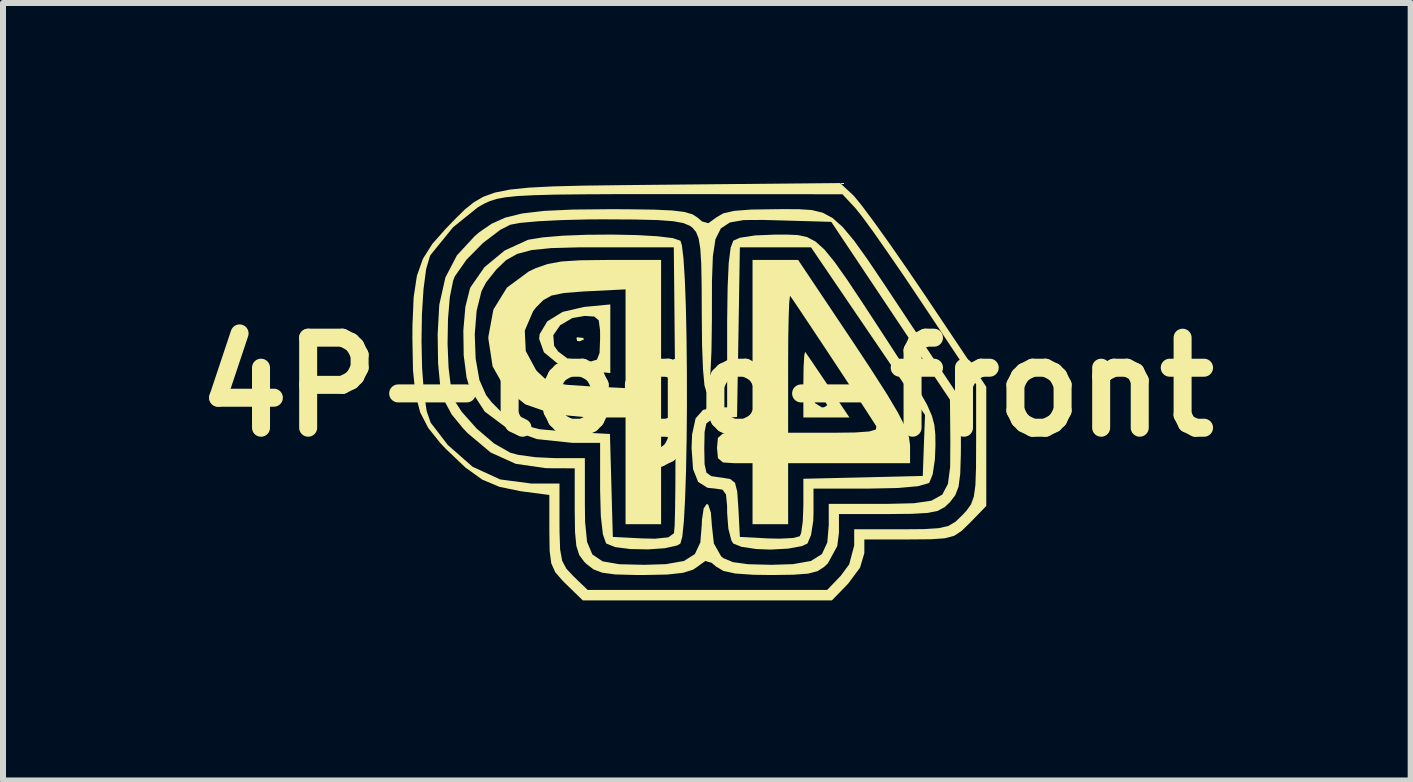
<source format=kicad_pcb>
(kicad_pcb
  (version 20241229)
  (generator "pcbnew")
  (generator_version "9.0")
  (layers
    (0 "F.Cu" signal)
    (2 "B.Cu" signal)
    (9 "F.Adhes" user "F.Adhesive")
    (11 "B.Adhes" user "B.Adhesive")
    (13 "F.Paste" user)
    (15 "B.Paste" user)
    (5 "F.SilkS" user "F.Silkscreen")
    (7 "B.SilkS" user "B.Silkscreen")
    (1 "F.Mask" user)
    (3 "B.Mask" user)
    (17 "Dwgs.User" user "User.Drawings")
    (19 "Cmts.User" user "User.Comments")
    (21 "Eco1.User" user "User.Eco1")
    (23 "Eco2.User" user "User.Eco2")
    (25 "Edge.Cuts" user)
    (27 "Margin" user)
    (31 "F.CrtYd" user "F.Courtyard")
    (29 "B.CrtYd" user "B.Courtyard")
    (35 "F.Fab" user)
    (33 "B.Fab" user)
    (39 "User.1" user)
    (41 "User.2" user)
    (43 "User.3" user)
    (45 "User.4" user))
  (footprint "4P-logo-front"
    (layer "F.Cu")
    (at 8.716 3.399)
    (property "Reference" "4P-logo-front" (at 0.012 0 0) (layer "F.SilkS") (effects (font (size 1.5 1.5) (thickness 0.3))))
    (attr board_only exclude_from_pos_files exclude_from_bom)
    (fp_poly (pts (xy -2.161 -0.818) (xy -2.149 -0.768) (xy -2.104 -0.762) (xy -2.035 -0.793) (xy -2.048 -0.818) (xy -2.148 -0.829)) (stroke (width 0) (type solid)) (fill yes) (layer "F.SilkS"))
    (fp_poly (pts (xy 1.636 -0.527) (xy 1.625 -0.339) (xy 1.621 -0.063) (xy 1.621 -0.056) (xy 1.621 0.508) (xy 2.005 0.508) (xy 2.389 0.508) (xy 2.252 0.304) (xy 2.02 0.304) (xy 1.965 0.338) (xy 1.928 0.339) (xy 1.814 0.268) (xy 1.79 0.155) (xy 1.799 0.025) (xy 1.814 0.007) (xy 1.879 0.095) (xy 1.952 0.191) (xy 2.02 0.304) (xy 2.252 0.304) (xy 2.035 -0.021) (xy 1.86 -0.28) (xy 1.725 -0.479) (xy 1.654 -0.581) (xy 1.65 -0.586)) (stroke (width 0) (type solid)) (fill yes) (layer "F.SilkS"))
    (fp_poly (pts (xy -2.035 -1.334) (xy -2.39 -1.252) (xy -2.646 -1.094) (xy -2.773 -0.882) (xy -2.782 -0.804) (xy -2.703 -0.579) (xy -2.486 -0.401) (xy -2.161 -0.292) (xy -2.035 -0.275) (xy -1.596 -0.232) (xy -1.596 -0.804) (xy -1.766 -0.804) (xy -1.775 -0.569) (xy -1.818 -0.457) (xy -1.92 -0.425) (xy -1.97 -0.423) (xy -2.191 -0.445) (xy -2.311 -0.476) (xy -2.464 -0.591) (xy -2.532 -0.685) (xy -2.546 -0.863) (xy -2.431 -1.03) (xy -2.227 -1.15) (xy -2.02 -1.185) (xy -1.863 -1.174) (xy -1.789 -1.111) (xy -1.767 -0.948) (xy -1.766 -0.804) (xy -1.596 -0.804) (xy -1.596 -1.376)) (stroke (width 0) (type solid)) (fill yes) (layer "F.SilkS"))
    (fp_poly (pts (xy -2.097 -2.112) (xy -2.408 -2.092) (xy -2.64 -2.05) (xy -2.838 -1.981) (xy -2.954 -1.926) (xy -3.318 -1.657) (xy -3.544 -1.291) (xy -3.628 -0.838) (xy -3.628 -0.804) (xy -3.557 -0.343) (xy -3.35 0.023) (xy -3.01 0.29) (xy -2.543 0.453) (xy -1.959 0.508) (xy -1.342 0.508) (xy -1.342 1.397) (xy -1.342 2.286) (xy -1.046 2.286) (xy -0.75 2.286) (xy -0.75 0.085) (xy -0.75 -0.804) (xy -1.342 -0.804) (xy -1.342 0.019) (xy -1.986 -0.014) (xy -2.325 -0.037) (xy -2.543 -0.075) (xy -2.688 -0.142) (xy -2.809 -0.255) (xy -2.833 -0.282) (xy -3.005 -0.599) (xy -3.021 -0.94) (xy -2.881 -1.266) (xy -2.833 -1.327) (xy -2.711 -1.449) (xy -2.574 -1.524) (xy -2.373 -1.566) (xy -2.061 -1.591) (xy -1.986 -1.595) (xy -1.342 -1.627) (xy -1.342 -0.804) (xy -0.75 -0.804) (xy -0.75 -2.117) (xy -1.663 -2.117)) (stroke (width 0) (type solid)) (fill yes) (layer "F.SilkS"))
    (fp_poly (pts (xy 0.774 -0.677) (xy 0.774 0.762) (xy 0.478 0.762) (xy 0.279 0.776) (xy 0.197 0.848) (xy 0.182 1.016) (xy 0.198 1.187) (xy 0.282 1.257) (xy 0.478 1.27) (xy 0.774 1.27) (xy 0.774 1.778) (xy 0.774 2.286) (xy 1.071 2.286) (xy 1.367 2.286) (xy 1.367 1.778) (xy 1.367 1.27) (xy 2.383 1.27) (xy 3.399 1.27) (xy 3.399 0.972) (xy 3.381 0.837) (xy 3.318 0.664) (xy 3.314 0.656) (xy 2.837 0.656) (xy 2.83 0.708) (xy 2.718 0.741) (xy 2.479 0.758) (xy 2.134 0.762) (xy 1.367 0.762) (xy 1.367 -0.395) (xy 1.369 -0.812) (xy 1.376 -1.157) (xy 1.385 -1.4) (xy 1.397 -1.513) (xy 1.401 -1.517) (xy 1.456 -1.439) (xy 1.583 -1.25) (xy 1.763 -0.98) (xy 1.977 -0.658) (xy 2.203 -0.316) (xy 2.422 0.017) (xy 2.614 0.31) (xy 2.759 0.534) (xy 2.837 0.656) (xy 3.314 0.656) (xy 3.2 0.432) (xy 3.015 0.121) (xy 2.752 -0.29) (xy 2.467 -0.722) (xy 1.534 -2.117) (xy 1.154 -2.117) (xy 0.774 -2.117)) (stroke (width 0) (type solid)) (fill yes) (layer "F.SilkS"))
    (fp_poly (pts (xy -1.983 -2.537) (xy -2.381 -2.522) (xy -2.718 -2.494) (xy -2.957 -2.455) (xy -2.969 -2.452) (xy -3.356 -2.275) (xy -3.693 -1.997) (xy -3.923 -1.666) (xy -3.936 -1.637) (xy -4.011 -1.337) (xy -4.045 -0.944) (xy -4.039 -0.528) (xy -3.991 -0.158) (xy -3.936 0.028) (xy -3.688 0.41) (xy -3.311 0.692) (xy -2.82 0.868) (xy -2.226 0.931) (xy -2.21 0.931) (xy -1.766 0.931) (xy -1.766 1.719) (xy -1.754 2.151) (xy -1.72 2.453) (xy -1.667 2.605) (xy -1.664 2.608) (xy -1.518 2.667) (xy -1.266 2.7) (xy -0.968 2.706) (xy -0.686 2.686) (xy -0.481 2.64) (xy -0.428 2.608) (xy -0.396 2.493) (xy -0.37 2.236) (xy -0.35 1.863) (xy -0.334 1.4) (xy -0.33 1.176) (xy -0.51 1.176) (xy -0.512 1.662) (xy -0.517 2.049) (xy -0.524 2.315) (xy -0.535 2.435) (xy -0.535 2.437) (xy -0.629 2.505) (xy -0.855 2.528) (xy -1.066 2.523) (xy -1.554 2.498) (xy -1.578 1.64) (xy -1.602 0.783) (xy -2.321 0.745) (xy -2.77 0.704) (xy -3.097 0.623) (xy -3.35 0.48) (xy -3.574 0.253) (xy -3.665 0.137) (xy -3.777 -0.116) (xy -3.84 -0.474) (xy -3.855 -0.878) (xy -3.823 -1.273) (xy -3.742 -1.599) (xy -3.665 -1.745) (xy -3.495 -1.959) (xy -3.333 -2.114) (xy -3.148 -2.218) (xy -2.907 -2.282) (xy -2.58 -2.315) (xy -2.136 -2.327) (xy -1.781 -2.328) (xy -0.538 -2.328) (xy -0.515 -0.001) (xy -0.511 0.614) (xy -0.51 1.176) (xy -0.33 1.176) (xy -0.324 0.874) (xy -0.319 0.31) (xy -0.32 -0.264) (xy -0.326 -0.821) (xy -0.337 -1.336) (xy -0.354 -1.782) (xy -0.376 -2.133) (xy -0.403 -2.362) (xy -0.428 -2.438) (xy -0.554 -2.481) (xy -0.81 -2.512) (xy -1.159 -2.532) (xy -1.563 -2.54)) (stroke (width 0) (type solid)) (fill yes) (layer "F.SilkS"))
    (fp_poly (pts (xy 1.158 -2.54) (xy 0.815 -2.526) (xy 0.563 -2.487) (xy 0.453 -2.438) (xy 0.409 -2.321) (xy 0.377 -2.066) (xy 0.359 -1.662) (xy 0.351 -1.101) (xy 0.351 -0.999) (xy 0.351 0.339) (xy 0.156 0.339) (xy -0.05 0.381) (xy -0.175 0.523) (xy -0.233 0.79) (xy -0.242 1.016) (xy -0.217 1.368) (xy -0.133 1.581) (xy 0.023 1.679) (xy 0.156 1.693) (xy 0.274 1.711) (xy 0.332 1.791) (xy 0.35 1.979) (xy 0.351 2.1) (xy 0.371 2.361) (xy 0.422 2.558) (xy 0.453 2.608) (xy 0.589 2.663) (xy 0.839 2.7) (xy 1.071 2.709) (xy 1.368 2.693) (xy 1.596 2.651) (xy 1.689 2.608) (xy 1.749 2.467) (xy 1.786 2.228) (xy 1.79 2.1) (xy 1.79 1.693) (xy 2.705 1.693) (xy 3.194 1.683) (xy 3.53 1.653) (xy 3.706 1.603) (xy 3.721 1.592) (xy 3.776 1.455) (xy 3.813 1.206) (xy 3.822 0.975) (xy 3.82 0.79) (xy 3.804 0.632) (xy 3.762 0.476) (xy 3.757 0.466) (xy 3.648 0.466) (xy 3.629 0.974) (xy 3.611 1.482) (xy 2.616 1.506) (xy 1.621 1.529) (xy 1.621 1.978) (xy 1.611 2.242) (xy 1.584 2.432) (xy 1.561 2.487) (xy 1.449 2.516) (xy 1.225 2.527) (xy 1.032 2.523) (xy 0.563 2.498) (xy 0.538 2.016) (xy 0.519 1.743) (xy 0.482 1.597) (xy 0.402 1.533) (xy 0.254 1.509) (xy 0.241 1.508) (xy 0.086 1.485) (xy 0.006 1.427) (xy -0.025 1.288) (xy -0.03 1.026) (xy -0.03 1.016) (xy -0.025 0.749) (xy 0.004 0.608) (xy 0.083 0.548) (xy 0.236 0.525) (xy 0.243 0.524) (xy 0.516 0.498) (xy 0.54 -0.915) (xy 0.563 -2.328) (xy 1.155 -2.328) (xy 1.748 -2.328) (xy 2.698 -0.931) (xy 3.648 0.466) (xy 3.757 0.466) (xy 3.682 0.295) (xy 3.55 0.061) (xy 3.356 -0.252) (xy 3.085 -0.67) (xy 2.968 -0.85) (xy 2.622 -1.38) (xy 2.352 -1.786) (xy 2.141 -2.084) (xy 1.971 -2.292) (xy 1.824 -2.424) (xy 1.682 -2.499) (xy 1.529 -2.532) (xy 1.345 -2.54)) (stroke (width 0) (type solid)) (fill yes) (layer "F.SilkS"))
    (fp_poly (pts (xy -0.592 -3.372) (xy -1.389 -3.364) (xy -2.036 -3.356) (xy -2.553 -3.343) (xy -2.959 -3.322) (xy -3.275 -3.289) (xy -3.519 -3.24) (xy -3.711 -3.171) (xy -3.871 -3.078) (xy -4.019 -2.959) (xy -4.173 -2.808) (xy -4.333 -2.643) (xy -4.561 -2.386) (xy -4.719 -2.136) (xy -4.819 -1.853) (xy -4.873 -1.496) (xy -4.893 -1.026) (xy -4.894 -0.804) (xy -4.884 -0.28) (xy -4.844 0.116) (xy -4.764 0.423) (xy -4.63 0.682) (xy -4.431 0.931) (xy -4.333 1.035) (xy -4.009 1.343) (xy -3.73 1.543) (xy -3.442 1.664) (xy -3.092 1.736) (xy -3.049 1.742) (xy -2.612 1.8) (xy -2.612 2.407) (xy -2.607 2.73) (xy -2.58 2.938) (xy -2.513 3.087) (xy -2.39 3.229) (xy -2.333 3.285) (xy -2.054 3.556) (xy 0.021 3.556) (xy 2.096 3.556) (xy 2.367 3.277) (xy 2.565 3.011) (xy 2.637 2.769) (xy 2.637 2.54) (xy 3.383 2.54) (xy 3.742 2.537) (xy 3.978 2.521) (xy 4.135 2.479) (xy 4.258 2.398) (xy 4.394 2.266) (xy 4.399 2.261) (xy 4.669 1.982) (xy 4.669 0.989) (xy 4.669 -0.003) (xy 4.643 -0.043) (xy 4.5 -0.043) (xy 4.5 0.926) (xy 4.498 1.346) (xy 4.488 1.634) (xy 4.462 1.824) (xy 4.415 1.955) (xy 4.339 2.061) (xy 4.272 2.133) (xy 4.156 2.245) (xy 4.038 2.315) (xy 3.878 2.352) (xy 3.633 2.368) (xy 3.261 2.371) (xy 3.256 2.371) (xy 2.468 2.371) (xy 2.468 2.641) (xy 2.385 2.955) (xy 2.243 3.147) (xy 2.017 3.382) (xy 0.022 3.382) (xy -1.974 3.381) (xy -2.208 3.156) (xy -2.327 3.029) (xy -2.398 2.896) (xy -2.432 2.711) (xy -2.442 2.425) (xy -2.443 2.27) (xy -2.443 1.609) (xy -2.912 1.609) (xy -3.432 1.54) (xy -3.891 1.329) (xy -4.304 0.966) (xy -4.589 0.595) (xy -4.655 0.405) (xy -4.702 0.089) (xy -4.732 -0.314) (xy -4.742 -0.762) (xy -4.735 -1.214) (xy -4.709 -1.628) (xy -4.665 -1.964) (xy -4.602 -2.18) (xy -4.589 -2.204) (xy -4.215 -2.663) (xy -3.802 -2.996) (xy -3.697 -3.055) (xy -3.601 -3.099) (xy -3.49 -3.134) (xy -3.345 -3.161) (xy -3.147 -3.182) (xy -2.877 -3.196) (xy -2.517 -3.206) (xy -2.047 -3.211) (xy -1.45 -3.214) (xy -0.704 -3.214) (xy -0.556 -3.214) (xy 2.272 -3.212) (xy 2.487 -2.982) (xy 2.601 -2.839) (xy 2.789 -2.582) (xy 3.031 -2.236) (xy 3.31 -1.83) (xy 3.6 -1.397) (xy 4.5 -0.043) (xy 4.643 -0.043) (xy 3.664 -1.505) (xy 3.352 -1.964) (xy 3.06 -2.385) (xy 2.803 -2.744) (xy 2.599 -3.018) (xy 2.467 -3.18) (xy 2.445 -3.202) (xy 2.232 -3.399)) (stroke (width 0) (type solid)) (fill yes) (layer "F.SilkS"))
    (fp_poly (pts (xy 1.167 -2.963) (xy 0.749 -2.957) (xy 0.466 -2.935) (xy 0.285 -2.893) (xy 0.17 -2.826) (xy 0.167 -2.823) (xy 0.038 -2.73) (xy -0.067 -2.759) (xy -0.142 -2.823) (xy -0.228 -2.878) (xy -0.36 -2.917) (xy -0.567 -2.942) (xy -0.875 -2.956) (xy -1.311 -2.962) (xy -1.603 -2.963) (xy -2.22 -2.957) (xy -2.698 -2.935) (xy -3.063 -2.892) (xy -3.346 -2.823) (xy -3.575 -2.72) (xy -3.779 -2.58) (xy -3.855 -2.515) (xy -4.152 -2.194) (xy -4.344 -1.825) (xy -4.446 -1.371) (xy -4.473 -0.878) (xy -4.466 -0.395) (xy -4.432 -0.039) (xy -4.36 0.233) (xy -4.237 0.461) (xy -4.049 0.689) (xy -3.975 0.768) (xy -3.589 1.092) (xy -3.172 1.28) (xy -2.674 1.352) (xy -2.549 1.354) (xy -2.189 1.355) (xy -2.189 2.06) (xy -2.184 2.417) (xy -2.162 2.648) (xy -2.114 2.799) (xy -2.031 2.912) (xy -1.993 2.949) (xy -1.876 3.039) (xy -1.731 3.094) (xy -1.518 3.123) (xy -1.192 3.132) (xy -1.047 3.133) (xy -0.648 3.125) (xy -0.383 3.096) (xy -0.215 3.043) (xy -0.142 2.993) (xy -0.013 2.899) (xy 0.092 2.929) (xy 0.167 2.993) (xy 0.29 3.065) (xy 0.486 3.108) (xy 0.791 3.129) (xy 1.084 3.133) (xy 1.455 3.128) (xy 1.699 3.11) (xy 1.856 3.069) (xy 1.968 2.997) (xy 2.03 2.937) (xy 2.186 2.65) (xy 2.214 2.429) (xy 2.214 2.117) (xy 3.046 2.117) (xy 3.435 2.113) (xy 3.693 2.098) (xy 3.86 2.064) (xy 3.974 2.003) (xy 4.062 1.921) (xy 4.152 1.804) (xy 4.207 1.661) (xy 4.235 1.449) (xy 4.245 1.126) (xy 4.246 0.968) (xy 4.246 0.925) (xy 4.07 0.925) (xy 4.067 1.333) (xy 4.03 1.615) (xy 3.935 1.794) (xy 3.755 1.894) (xy 3.463 1.937) (xy 3.033 1.947) (xy 2.92 1.947) (xy 2.044 1.947) (xy 2.044 2.3) (xy 2.02 2.591) (xy 1.93 2.784) (xy 1.747 2.899) (xy 1.446 2.952) (xy 1.086 2.963) (xy 0.7 2.953) (xy 0.446 2.918) (xy 0.288 2.852) (xy 0.252 2.823) (xy 0.13 2.609) (xy 0.097 2.315) (xy 0.08 2.093) (xy 0.036 1.962) (xy 0.012 1.947) (xy -0.04 2.023) (xy -0.069 2.212) (xy -0.072 2.3) (xy -0.096 2.591) (xy -0.187 2.784) (xy -0.369 2.899) (xy -0.671 2.952) (xy -1.031 2.963) (xy -1.446 2.953) (xy -1.725 2.905) (xy -1.895 2.79) (xy -1.983 2.582) (xy -2.016 2.251) (xy -2.02 1.934) (xy -2.02 1.185) (xy -2.522 1.185) (xy -2.842 1.17) (xy -3.129 1.131) (xy -3.263 1.095) (xy -3.532 0.941) (xy -3.822 0.694) (xy -4.073 0.412) (xy -4.186 0.237) (xy -4.25 0.016) (xy -4.291 -0.321) (xy -4.308 -0.721) (xy -4.301 -1.131) (xy -4.27 -1.499) (xy -4.215 -1.773) (xy -4.186 -1.846) (xy -3.992 -2.122) (xy -3.72 -2.398) (xy -3.431 -2.618) (xy -3.263 -2.704) (xy -3.097 -2.735) (xy -2.797 -2.762) (xy -2.401 -2.782) (xy -1.943 -2.793) (xy -1.703 -2.794) (xy -1.185 -2.791) (xy -0.81 -2.782) (xy -0.55 -2.763) (xy -0.379 -2.732) (xy -0.271 -2.687) (xy -0.227 -2.654) (xy -0.167 -2.583) (xy -0.125 -2.478) (xy -0.097 -2.311) (xy -0.081 -2.054) (xy -0.074 -1.681) (xy -0.072 -1.215) (xy -0.067 -0.689) (xy -0.051 -0.289) (xy -0.027 -0.027) (xy 0.006 0.082) (xy 0.012 0.085) (xy 0.047 0.002) (xy 0.073 -0.235) (xy 0.09 -0.613) (xy 0.097 -1.119) (xy 0.097 -1.215) (xy 0.098 -1.77) (xy 0.113 -2.179) (xy 0.156 -2.462) (xy 0.246 -2.643) (xy 0.397 -2.742) (xy 0.626 -2.782) (xy 0.95 -2.784) (xy 1.25 -2.776) (xy 2.086 -2.752) (xy 3.075 -1.27) (xy 4.064 0.212) (xy 4.07 0.925) (xy 4.246 0.925) (xy 4.246 0.211) (xy 3.346 -1.143) (xy 2.981 -1.694) (xy 2.694 -2.121) (xy 2.465 -2.44) (xy 2.276 -2.666) (xy 2.108 -2.816) (xy 1.943 -2.905) (xy 1.761 -2.949) (xy 1.544 -2.963) (xy 1.274 -2.964)) (stroke (width 0) (type solid)) (fill yes) (layer "F.SilkS")))
  (gr_rect
    (start -3 -3)
    (end 20.457 9.955)
    (stroke (width 0.1) (type default))
    (fill no)
    (layer "Edge.Cuts")))
</source>
